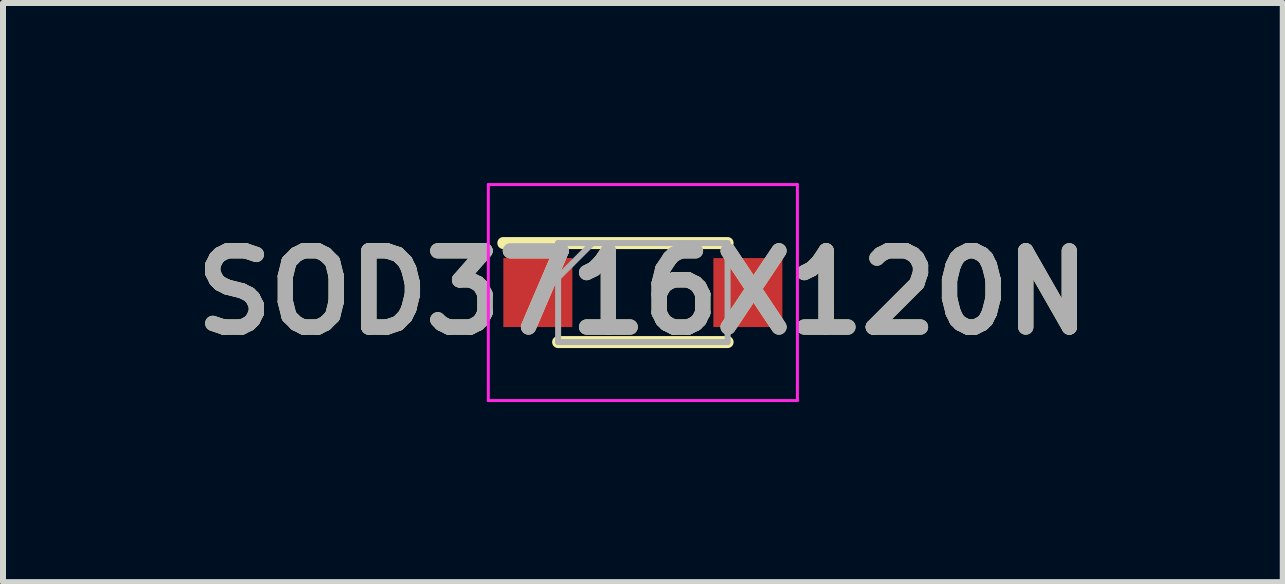
<source format=kicad_pcb>
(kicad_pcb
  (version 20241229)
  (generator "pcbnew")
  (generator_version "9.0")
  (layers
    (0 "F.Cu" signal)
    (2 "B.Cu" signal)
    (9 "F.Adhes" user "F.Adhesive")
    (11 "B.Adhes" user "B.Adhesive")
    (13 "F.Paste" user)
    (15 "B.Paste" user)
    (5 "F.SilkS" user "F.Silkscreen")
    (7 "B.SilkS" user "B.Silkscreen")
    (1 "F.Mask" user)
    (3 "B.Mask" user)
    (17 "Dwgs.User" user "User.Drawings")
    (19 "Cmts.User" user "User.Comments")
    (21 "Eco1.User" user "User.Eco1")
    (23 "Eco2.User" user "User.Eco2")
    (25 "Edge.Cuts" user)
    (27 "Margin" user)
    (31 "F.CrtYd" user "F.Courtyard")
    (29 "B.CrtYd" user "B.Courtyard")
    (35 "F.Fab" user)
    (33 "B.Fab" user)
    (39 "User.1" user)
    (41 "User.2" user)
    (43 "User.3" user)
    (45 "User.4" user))
  (footprint "SOD3716X120N"
    (layer "F.Cu")
    (at 7.662 1.825)
    (property "Reference" "SOD3716X120N" (at 0 0 0) (layer "F.SilkS") (effects (font (size 1.27 1.27) (thickness 0.254))))
    (attr smd)
    (fp_line (start -2.325 -0.825) (end 1.412 -0.825) (stroke (width 0.2) (type solid)) (layer "F.SilkS"))
    (fp_line (start -1.412 0.825) (end 1.412 0.825) (stroke (width 0.2) (type solid)) (layer "F.SilkS"))
    (fp_line (start -2.575 -1.8) (end 2.575 -1.8) (stroke (width 0.05) (type solid)) (layer "F.CrtYd"))
    (fp_line (start -2.575 1.8) (end -2.575 -1.8) (stroke (width 0.05) (type solid)) (layer "F.CrtYd"))
    (fp_line (start 2.575 -1.8) (end 2.575 1.8) (stroke (width 0.05) (type solid)) (layer "F.CrtYd"))
    (fp_line (start 2.575 1.8) (end -2.575 1.8) (stroke (width 0.05) (type solid)) (layer "F.CrtYd"))
    (fp_line (start -1.412 -0.825) (end 1.412 -0.825) (stroke (width 0.1) (type solid)) (layer "F.Fab"))
    (fp_line (start -1.412 -0.25) (end -0.838 -0.825) (stroke (width 0.1) (type solid)) (layer "F.Fab"))
    (fp_line (start -1.412 0.825) (end -1.412 -0.825) (stroke (width 0.1) (type solid)) (layer "F.Fab"))
    (fp_line (start 1.412 -0.825) (end 1.412 0.825) (stroke (width 0.1) (type solid)) (layer "F.Fab"))
    (fp_line (start 1.412 0.825) (end -1.412 0.825) (stroke (width 0.1) (type solid)) (layer "F.Fab"))
    (fp_text user "${REFERENCE}" (at 0 0 0) (layer "F.Fab") (effects (font (size 1.27 1.27) (thickness 0.254))))
    (pad "1" smd rect (at -1.75 0 90) (size 1.15 1.15) (layers "F.Cu" "F.Mask" "F.Paste"))
    (pad "2" smd rect (at 1.75 0 90) (size 1.15 1.15) (layers "F.Cu" "F.Mask" "F.Paste")))
  (gr_rect
    (start -3 -3)
    (end 18.325 6.65)
    (stroke (width 0.1) (type default))
    (fill no)
    (layer "Edge.Cuts")))
</source>
